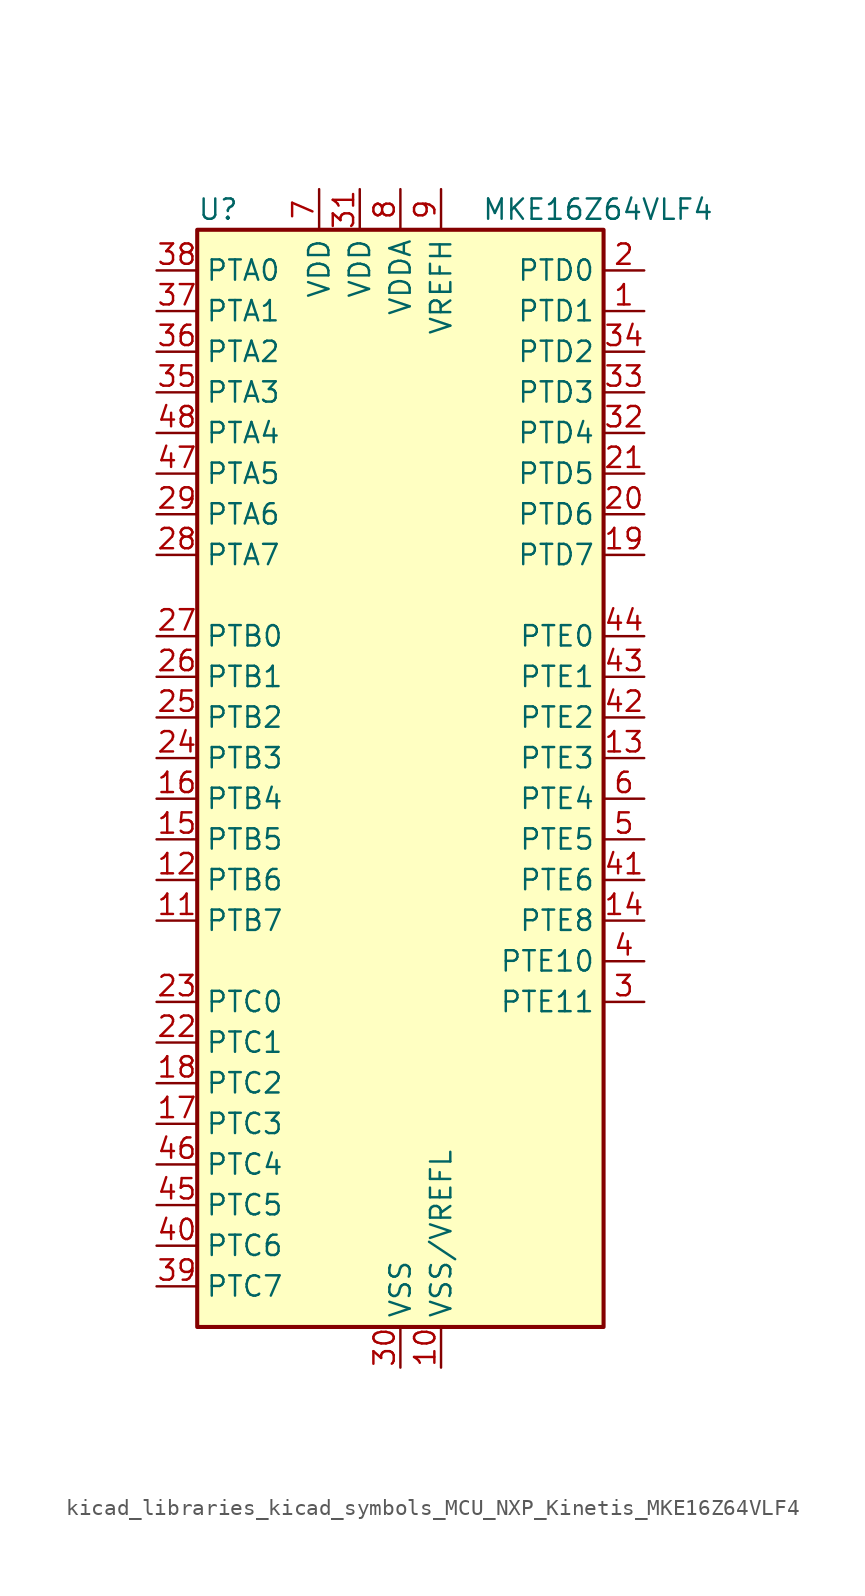
<source format=kicad_sym>
(kicad_symbol_lib
  (version 20220914)
  (generator kicad_symbol_editor)
  (symbol "kicad_libraries_kicad_symbols_MCU_NXP_Kinetis_MKE16Z64VLF4"
    (property "Reference" "U"
      (at -12.7 36.83 0)
      (effects (font (size 1.27 1.27)) (justify left)))
    (property "Value" "MKE16Z64VLF4"
      (at 5.08 36.83 0)
      (effects (font (size 1.27 1.27)) (justify left)))
    (symbol "kicad_libraries_kicad_symbols_MCU_NXP_Kinetis_MKE16Z64VLF4_0_1"
      (rectangle (start -12.7 35.56) (end 12.7 -33.02) (stroke (width 0.254) (type default)) (fill (type background))))
    (symbol "kicad_libraries_kicad_symbols_MCU_NXP_Kinetis_MKE16Z64VLF4_1_1"
      (pin bidirectional line (at 15.24 30.48 180) (length 2.54) (name "PTD1" (effects (font (size 1.27 1.27)))) (number "1" (effects (font (size 1.27 1.27)))))
      (pin power_in line (at 2.54 -35.56 90) (length 2.54) (name "VSS/VREFL" (effects (font (size 1.27 1.27)))) (number "10" (effects (font (size 1.27 1.27)))))
      (pin bidirectional line (at -15.24 -7.62 0) (length 2.54) (name "PTB7" (effects (font (size 1.27 1.27)))) (number "11" (effects (font (size 1.27 1.27)))))
      (pin bidirectional line (at -15.24 -5.08 0) (length 2.54) (name "PTB6" (effects (font (size 1.27 1.27)))) (number "12" (effects (font (size 1.27 1.27)))))
      (pin bidirectional line (at 15.24 2.54 180) (length 2.54) (name "PTE3" (effects (font (size 1.27 1.27)))) (number "13" (effects (font (size 1.27 1.27)))))
      (pin bidirectional line (at 15.24 -7.62 180) (length 2.54) (name "PTE8" (effects (font (size 1.27 1.27)))) (number "14" (effects (font (size 1.27 1.27)))))
      (pin bidirectional line (at -15.24 -2.54 0) (length 2.54) (name "PTB5" (effects (font (size 1.27 1.27)))) (number "15" (effects (font (size 1.27 1.27)))))
      (pin bidirectional line (at -15.24 0 0) (length 2.54) (name "PTB4" (effects (font (size 1.27 1.27)))) (number "16" (effects (font (size 1.27 1.27)))))
      (pin bidirectional line (at -15.24 -20.32 0) (length 2.54) (name "PTC3" (effects (font (size 1.27 1.27)))) (number "17" (effects (font (size 1.27 1.27)))))
      (pin bidirectional line (at -15.24 -17.78 0) (length 2.54) (name "PTC2" (effects (font (size 1.27 1.27)))) (number "18" (effects (font (size 1.27 1.27)))))
      (pin bidirectional line (at 15.24 15.24 180) (length 2.54) (name "PTD7" (effects (font (size 1.27 1.27)))) (number "19" (effects (font (size 1.27 1.27)))))
      (pin bidirectional line (at 15.24 33.02 180) (length 2.54) (name "PTD0" (effects (font (size 1.27 1.27)))) (number "2" (effects (font (size 1.27 1.27)))))
      (pin bidirectional line (at 15.24 17.78 180) (length 2.54) (name "PTD6" (effects (font (size 1.27 1.27)))) (number "20" (effects (font (size 1.27 1.27)))))
      (pin bidirectional line (at 15.24 20.32 180) (length 2.54) (name "PTD5" (effects (font (size 1.27 1.27)))) (number "21" (effects (font (size 1.27 1.27)))))
      (pin bidirectional line (at -15.24 -15.24 0) (length 2.54) (name "PTC1" (effects (font (size 1.27 1.27)))) (number "22" (effects (font (size 1.27 1.27)))))
      (pin bidirectional line (at -15.24 -12.7 0) (length 2.54) (name "PTC0" (effects (font (size 1.27 1.27)))) (number "23" (effects (font (size 1.27 1.27)))))
      (pin bidirectional line (at -15.24 2.54 0) (length 2.54) (name "PTB3" (effects (font (size 1.27 1.27)))) (number "24" (effects (font (size 1.27 1.27)))))
      (pin bidirectional line (at -15.24 5.08 0) (length 2.54) (name "PTB2" (effects (font (size 1.27 1.27)))) (number "25" (effects (font (size 1.27 1.27)))))
      (pin bidirectional line (at -15.24 7.62 0) (length 2.54) (name "PTB1" (effects (font (size 1.27 1.27)))) (number "26" (effects (font (size 1.27 1.27)))))
      (pin bidirectional line (at -15.24 10.16 0) (length 2.54) (name "PTB0" (effects (font (size 1.27 1.27)))) (number "27" (effects (font (size 1.27 1.27)))))
      (pin bidirectional line (at -15.24 15.24 0) (length 2.54) (name "PTA7" (effects (font (size 1.27 1.27)))) (number "28" (effects (font (size 1.27 1.27)))))
      (pin bidirectional line (at -15.24 17.78 0) (length 2.54) (name "PTA6" (effects (font (size 1.27 1.27)))) (number "29" (effects (font (size 1.27 1.27)))))
      (pin bidirectional line (at 15.24 -12.7 180) (length 2.54) (name "PTE11" (effects (font (size 1.27 1.27)))) (number "3" (effects (font (size 1.27 1.27)))))
      (pin power_in line (at 0 -35.56 90) (length 2.54) (name "VSS" (effects (font (size 1.27 1.27)))) (number "30" (effects (font (size 1.27 1.27)))))
      (pin power_in line (at -2.54 38.1 270) (length 2.54) (name "VDD" (effects (font (size 1.27 1.27)))) (number "31" (effects (font (size 1.27 1.27)))))
      (pin bidirectional line (at 15.24 22.86 180) (length 2.54) (name "PTD4" (effects (font (size 1.27 1.27)))) (number "32" (effects (font (size 1.27 1.27)))))
      (pin bidirectional line (at 15.24 25.4 180) (length 2.54) (name "PTD3" (effects (font (size 1.27 1.27)))) (number "33" (effects (font (size 1.27 1.27)))))
      (pin bidirectional line (at 15.24 27.94 180) (length 2.54) (name "PTD2" (effects (font (size 1.27 1.27)))) (number "34" (effects (font (size 1.27 1.27)))))
      (pin bidirectional line (at -15.24 25.4 0) (length 2.54) (name "PTA3" (effects (font (size 1.27 1.27)))) (number "35" (effects (font (size 1.27 1.27)))))
      (pin bidirectional line (at -15.24 27.94 0) (length 2.54) (name "PTA2" (effects (font (size 1.27 1.27)))) (number "36" (effects (font (size 1.27 1.27)))))
      (pin bidirectional line (at -15.24 30.48 0) (length 2.54) (name "PTA1" (effects (font (size 1.27 1.27)))) (number "37" (effects (font (size 1.27 1.27)))))
      (pin bidirectional line (at -15.24 33.02 0) (length 2.54) (name "PTA0" (effects (font (size 1.27 1.27)))) (number "38" (effects (font (size 1.27 1.27)))))
      (pin bidirectional line (at -15.24 -30.48 0) (length 2.54) (name "PTC7" (effects (font (size 1.27 1.27)))) (number "39" (effects (font (size 1.27 1.27)))))
      (pin bidirectional line (at 15.24 -10.16 180) (length 2.54) (name "PTE10" (effects (font (size 1.27 1.27)))) (number "4" (effects (font (size 1.27 1.27)))))
      (pin bidirectional line (at -15.24 -27.94 0) (length 2.54) (name "PTC6" (effects (font (size 1.27 1.27)))) (number "40" (effects (font (size 1.27 1.27)))))
      (pin bidirectional line (at 15.24 -5.08 180) (length 2.54) (name "PTE6" (effects (font (size 1.27 1.27)))) (number "41" (effects (font (size 1.27 1.27)))))
      (pin bidirectional line (at 15.24 5.08 180) (length 2.54) (name "PTE2" (effects (font (size 1.27 1.27)))) (number "42" (effects (font (size 1.27 1.27)))))
      (pin bidirectional line (at 15.24 7.62 180) (length 2.54) (name "PTE1" (effects (font (size 1.27 1.27)))) (number "43" (effects (font (size 1.27 1.27)))))
      (pin bidirectional line (at 15.24 10.16 180) (length 2.54) (name "PTE0" (effects (font (size 1.27 1.27)))) (number "44" (effects (font (size 1.27 1.27)))))
      (pin bidirectional line (at -15.24 -25.4 0) (length 2.54) (name "PTC5" (effects (font (size 1.27 1.27)))) (number "45" (effects (font (size 1.27 1.27)))))
      (pin bidirectional line (at -15.24 -22.86 0) (length 2.54) (name "PTC4" (effects (font (size 1.27 1.27)))) (number "46" (effects (font (size 1.27 1.27)))))
      (pin bidirectional line (at -15.24 20.32 0) (length 2.54) (name "PTA5" (effects (font (size 1.27 1.27)))) (number "47" (effects (font (size 1.27 1.27)))))
      (pin bidirectional line (at -15.24 22.86 0) (length 2.54) (name "PTA4" (effects (font (size 1.27 1.27)))) (number "48" (effects (font (size 1.27 1.27)))))
      (pin bidirectional line (at 15.24 -2.54 180) (length 2.54) (name "PTE5" (effects (font (size 1.27 1.27)))) (number "5" (effects (font (size 1.27 1.27)))))
      (pin bidirectional line (at 15.24 0 180) (length 2.54) (name "PTE4" (effects (font (size 1.27 1.27)))) (number "6" (effects (font (size 1.27 1.27)))))
      (pin power_in line (at -5.08 38.1 270) (length 2.54) (name "VDD" (effects (font (size 1.27 1.27)))) (number "7" (effects (font (size 1.27 1.27)))))
      (pin power_in line (at 0 38.1 270) (length 2.54) (name "VDDA" (effects (font (size 1.27 1.27)))) (number "8" (effects (font (size 1.27 1.27)))))
      (pin power_in line (at 2.54 38.1 270) (length 2.54) (name "VREFH" (effects (font (size 1.27 1.27)))) (number "9" (effects (font (size 1.27 1.27))))))))
</source>
